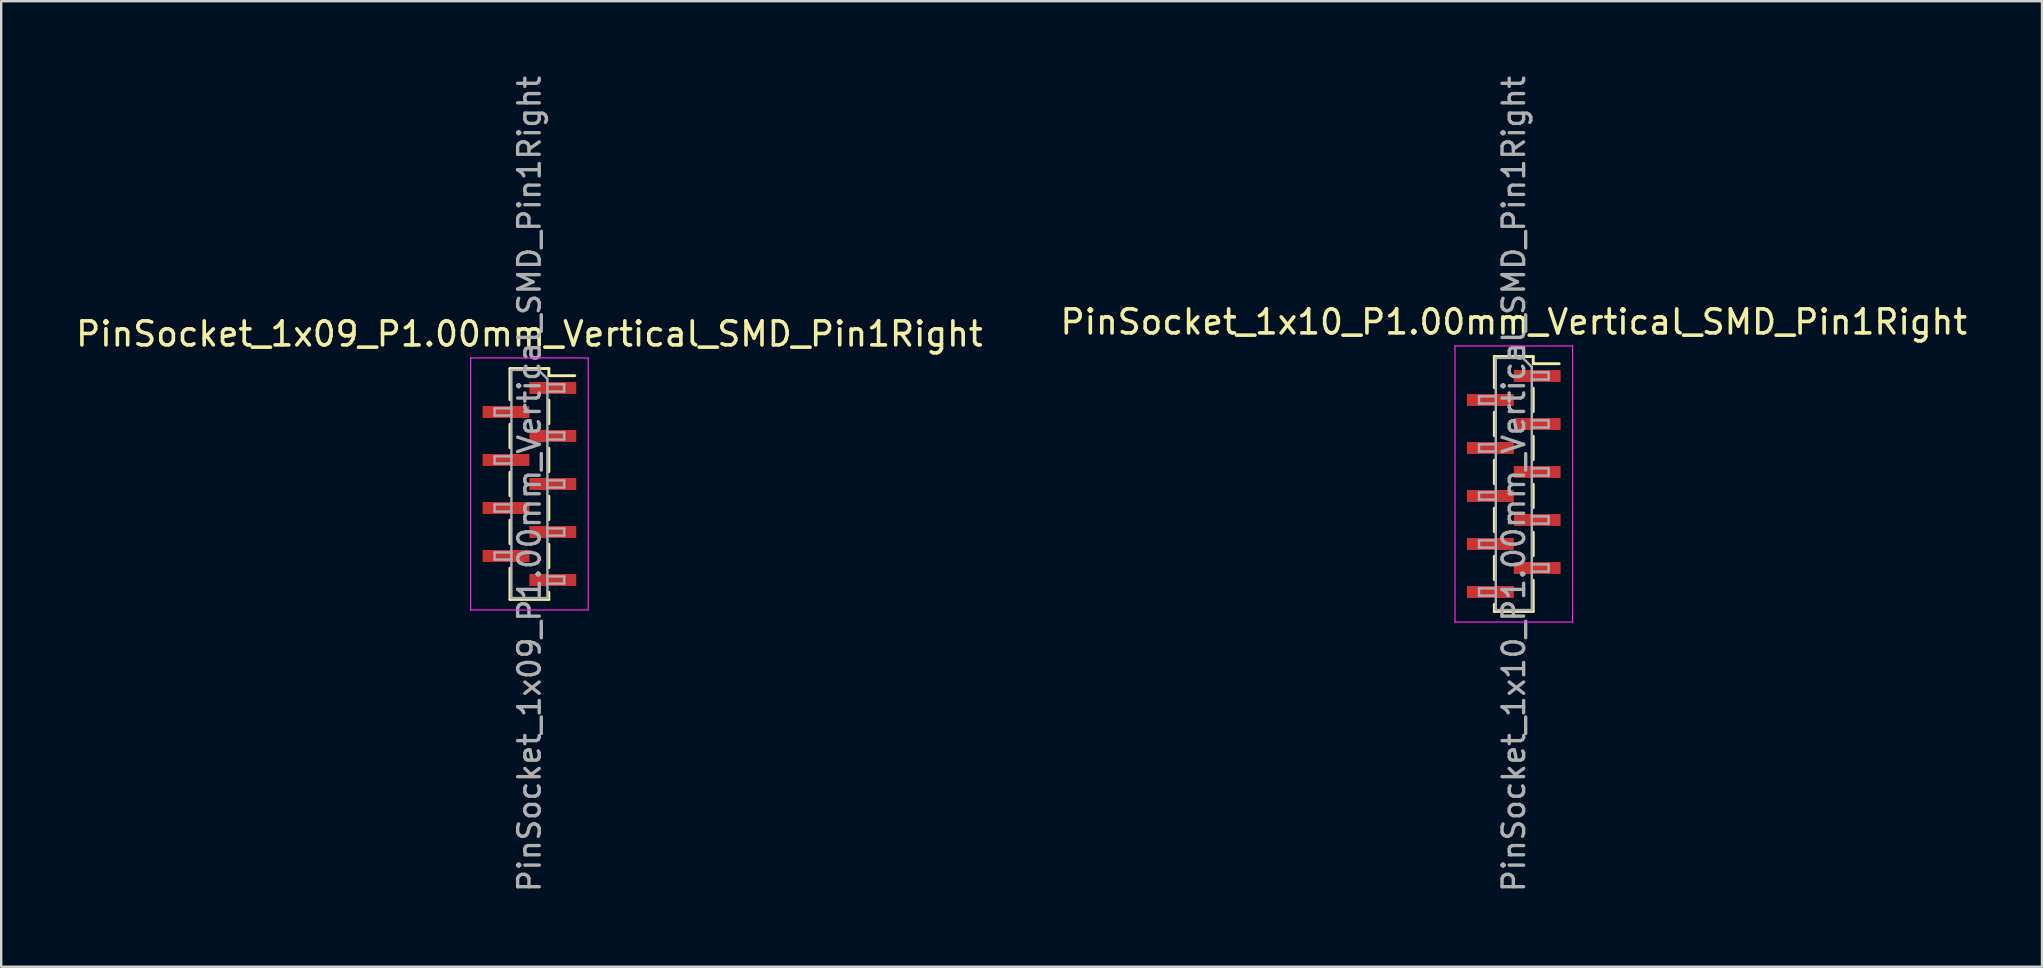
<source format=kicad_pcb>
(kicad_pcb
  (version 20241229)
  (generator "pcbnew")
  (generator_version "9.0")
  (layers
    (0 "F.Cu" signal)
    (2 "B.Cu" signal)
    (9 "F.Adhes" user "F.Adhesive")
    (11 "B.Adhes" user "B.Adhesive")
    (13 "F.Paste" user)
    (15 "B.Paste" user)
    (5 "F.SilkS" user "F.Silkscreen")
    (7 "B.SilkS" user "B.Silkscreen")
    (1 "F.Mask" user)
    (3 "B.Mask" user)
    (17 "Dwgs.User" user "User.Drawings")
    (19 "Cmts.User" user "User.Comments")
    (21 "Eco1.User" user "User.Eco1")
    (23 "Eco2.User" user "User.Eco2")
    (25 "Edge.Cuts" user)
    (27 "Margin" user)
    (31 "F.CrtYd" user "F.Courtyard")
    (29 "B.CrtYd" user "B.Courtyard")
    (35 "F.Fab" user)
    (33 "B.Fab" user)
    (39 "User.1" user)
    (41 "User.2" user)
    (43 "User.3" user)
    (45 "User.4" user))
  (footprint "PinSocket_1x10_P1.00mm_Vertical_SMD_Pin1Right"
    (layer "F.Cu")
    (at 60.018 17.113)
    (property "Reference" "PinSocket_1x10_P1.00mm_Vertical_SMD_Pin1Right" (at 0 -6.75 0) (layer "F.SilkS") (effects (font (size 1 1) (thickness 0.15))))
    (attr smd)
    (fp_line (start -0.81 -5.31) (end -0.81 -4.01) (stroke (width 0.12) (type solid)) (layer "F.SilkS"))
    (fp_line (start -0.81 -5.31) (end 0.81 -5.31) (stroke (width 0.12) (type solid)) (layer "F.SilkS"))
    (fp_line (start -0.81 -2.99) (end -0.81 -2.01) (stroke (width 0.12) (type solid)) (layer "F.SilkS"))
    (fp_line (start -0.81 -0.99) (end -0.81 -0.01) (stroke (width 0.12) (type solid)) (layer "F.SilkS"))
    (fp_line (start -0.81 1.01) (end -0.81 1.99) (stroke (width 0.12) (type solid)) (layer "F.SilkS"))
    (fp_line (start -0.81 3.01) (end -0.81 3.99) (stroke (width 0.12) (type solid)) (layer "F.SilkS"))
    (fp_line (start -0.81 5.01) (end -0.81 5.31) (stroke (width 0.12) (type solid)) (layer "F.SilkS"))
    (fp_line (start -0.81 5.31) (end 0.81 5.31) (stroke (width 0.12) (type solid)) (layer "F.SilkS"))
    (fp_line (start 0.81 -5.31) (end 0.81 -5.01) (stroke (width 0.12) (type solid)) (layer "F.SilkS"))
    (fp_line (start 0.81 -5.01) (end 1.89 -5.01) (stroke (width 0.12) (type solid)) (layer "F.SilkS"))
    (fp_line (start 0.81 -3.99) (end 0.81 -3.01) (stroke (width 0.12) (type solid)) (layer "F.SilkS"))
    (fp_line (start 0.81 -1.99) (end 0.81 -1.01) (stroke (width 0.12) (type solid)) (layer "F.SilkS"))
    (fp_line (start 0.81 0.01) (end 0.81 0.99) (stroke (width 0.12) (type solid)) (layer "F.SilkS"))
    (fp_line (start 0.81 2.01) (end 0.81 2.99) (stroke (width 0.12) (type solid)) (layer "F.SilkS"))
    (fp_line (start 0.81 4.01) (end 0.81 5.31) (stroke (width 0.12) (type solid)) (layer "F.SilkS"))
    (fp_line (start -2.45 -5.75) (end 2.45 -5.75) (stroke (width 0.05) (type solid)) (layer "F.CrtYd"))
    (fp_line (start -2.45 5.75) (end -2.45 -5.75) (stroke (width 0.05) (type solid)) (layer "F.CrtYd"))
    (fp_line (start 2.45 -5.75) (end 2.45 5.75) (stroke (width 0.05) (type solid)) (layer "F.CrtYd"))
    (fp_line (start 2.45 5.75) (end -2.45 5.75) (stroke (width 0.05) (type solid)) (layer "F.CrtYd"))
    (fp_line (start -1.45 -3.65) (end -0.75 -3.65) (stroke (width 0.1) (type solid)) (layer "F.Fab"))
    (fp_line (start -1.45 -3.35) (end -1.45 -3.65) (stroke (width 0.1) (type solid)) (layer "F.Fab"))
    (fp_line (start -1.45 -1.65) (end -0.75 -1.65) (stroke (width 0.1) (type solid)) (layer "F.Fab"))
    (fp_line (start -1.45 -1.35) (end -1.45 -1.65) (stroke (width 0.1) (type solid)) (layer "F.Fab"))
    (fp_line (start -1.45 0.35) (end -0.75 0.35) (stroke (width 0.1) (type solid)) (layer "F.Fab"))
    (fp_line (start -1.45 0.65) (end -1.45 0.35) (stroke (width 0.1) (type solid)) (layer "F.Fab"))
    (fp_line (start -1.45 2.35) (end -0.75 2.35) (stroke (width 0.1) (type solid)) (layer "F.Fab"))
    (fp_line (start -1.45 2.65) (end -1.45 2.35) (stroke (width 0.1) (type solid)) (layer "F.Fab"))
    (fp_line (start -1.45 4.35) (end -0.75 4.35) (stroke (width 0.1) (type solid)) (layer "F.Fab"))
    (fp_line (start -1.45 4.65) (end -1.45 4.35) (stroke (width 0.1) (type solid)) (layer "F.Fab"))
    (fp_line (start -0.75 -5.25) (end 0.375 -5.25) (stroke (width 0.1) (type solid)) (layer "F.Fab"))
    (fp_line (start -0.75 -3.35) (end -1.45 -3.35) (stroke (width 0.1) (type solid)) (layer "F.Fab"))
    (fp_line (start -0.75 -1.35) (end -1.45 -1.35) (stroke (width 0.1) (type solid)) (layer "F.Fab"))
    (fp_line (start -0.75 0.65) (end -1.45 0.65) (stroke (width 0.1) (type solid)) (layer "F.Fab"))
    (fp_line (start -0.75 2.65) (end -1.45 2.65) (stroke (width 0.1) (type solid)) (layer "F.Fab"))
    (fp_line (start -0.75 4.65) (end -1.45 4.65) (stroke (width 0.1) (type solid)) (layer "F.Fab"))
    (fp_line (start -0.75 5.25) (end -0.75 -5.25) (stroke (width 0.1) (type solid)) (layer "F.Fab"))
    (fp_line (start 0.375 -5.25) (end 0.75 -4.875) (stroke (width 0.1) (type solid)) (layer "F.Fab"))
    (fp_line (start 0.75 -4.875) (end 0.75 5.25) (stroke (width 0.1) (type solid)) (layer "F.Fab"))
    (fp_line (start 0.75 -4.65) (end 1.45 -4.65) (stroke (width 0.1) (type solid)) (layer "F.Fab"))
    (fp_line (start 0.75 -2.65) (end 1.45 -2.65) (stroke (width 0.1) (type solid)) (layer "F.Fab"))
    (fp_line (start 0.75 -0.65) (end 1.45 -0.65) (stroke (width 0.1) (type solid)) (layer "F.Fab"))
    (fp_line (start 0.75 1.35) (end 1.45 1.35) (stroke (width 0.1) (type solid)) (layer "F.Fab"))
    (fp_line (start 0.75 3.35) (end 1.45 3.35) (stroke (width 0.1) (type solid)) (layer "F.Fab"))
    (fp_line (start 0.75 5.25) (end -0.75 5.25) (stroke (width 0.1) (type solid)) (layer "F.Fab"))
    (fp_line (start 1.45 -4.65) (end 1.45 -4.35) (stroke (width 0.1) (type solid)) (layer "F.Fab"))
    (fp_line (start 1.45 -4.35) (end 0.75 -4.35) (stroke (width 0.1) (type solid)) (layer "F.Fab"))
    (fp_line (start 1.45 -2.65) (end 1.45 -2.35) (stroke (width 0.1) (type solid)) (layer "F.Fab"))
    (fp_line (start 1.45 -2.35) (end 0.75 -2.35) (stroke (width 0.1) (type solid)) (layer "F.Fab"))
    (fp_line (start 1.45 -0.65) (end 1.45 -0.35) (stroke (width 0.1) (type solid)) (layer "F.Fab"))
    (fp_line (start 1.45 -0.35) (end 0.75 -0.35) (stroke (width 0.1) (type solid)) (layer "F.Fab"))
    (fp_line (start 1.45 1.35) (end 1.45 1.65) (stroke (width 0.1) (type solid)) (layer "F.Fab"))
    (fp_line (start 1.45 1.65) (end 0.75 1.65) (stroke (width 0.1) (type solid)) (layer "F.Fab"))
    (fp_line (start 1.45 3.35) (end 1.45 3.65) (stroke (width 0.1) (type solid)) (layer "F.Fab"))
    (fp_line (start 1.45 3.65) (end 0.75 3.65) (stroke (width 0.1) (type solid)) (layer "F.Fab"))
    (fp_text user "${REFERENCE}" (at 0 0 90) (layer "F.Fab") (effects (font (size 0.9 0.9) (thickness 0.14))))
    (pad "1" smd rect (at 0.975 -4.5) (size 1.95 0.5) (layers "F.Cu" "F.Mask" "F.Paste"))
    (pad "2" smd rect (at -0.975 -3.5) (size 1.95 0.5) (layers "F.Cu" "F.Mask" "F.Paste"))
    (pad "3" smd rect (at 0.975 -2.5) (size 1.95 0.5) (layers "F.Cu" "F.Mask" "F.Paste"))
    (pad "4" smd rect (at -0.975 -1.5) (size 1.95 0.5) (layers "F.Cu" "F.Mask" "F.Paste"))
    (pad "5" smd rect (at 0.975 -0.5) (size 1.95 0.5) (layers "F.Cu" "F.Mask" "F.Paste"))
    (pad "6" smd rect (at -0.975 0.5) (size 1.95 0.5) (layers "F.Cu" "F.Mask" "F.Paste"))
    (pad "7" smd rect (at 0.975 1.5) (size 1.95 0.5) (layers "F.Cu" "F.Mask" "F.Paste"))
    (pad "8" smd rect (at -0.975 2.5) (size 1.95 0.5) (layers "F.Cu" "F.Mask" "F.Paste"))
    (pad "9" smd rect (at 0.975 3.5) (size 1.95 0.5) (layers "F.Cu" "F.Mask" "F.Paste"))
    (pad "10" smd rect (at -0.975 4.5) (size 1.95 0.5) (layers "F.Cu" "F.Mask" "F.Paste")))
  (footprint "PinSocket_1x09_P1.00mm_Vertical_SMD_Pin1Right"
    (layer "F.Cu")
    (at 19.006 17.113)
    (property "Reference" "PinSocket_1x09_P1.00mm_Vertical_SMD_Pin1Right" (at 0 -6.25 0) (layer "F.SilkS") (effects (font (size 1 1) (thickness 0.15))))
    (attr smd)
    (fp_line (start -0.81 -4.81) (end -0.81 -3.51) (stroke (width 0.12) (type solid)) (layer "F.SilkS"))
    (fp_line (start -0.81 -4.81) (end 0.81 -4.81) (stroke (width 0.12) (type solid)) (layer "F.SilkS"))
    (fp_line (start -0.81 -2.49) (end -0.81 -1.51) (stroke (width 0.12) (type solid)) (layer "F.SilkS"))
    (fp_line (start -0.81 -0.49) (end -0.81 0.49) (stroke (width 0.12) (type solid)) (layer "F.SilkS"))
    (fp_line (start -0.81 1.51) (end -0.81 2.49) (stroke (width 0.12) (type solid)) (layer "F.SilkS"))
    (fp_line (start -0.81 3.51) (end -0.81 4.81) (stroke (width 0.12) (type solid)) (layer "F.SilkS"))
    (fp_line (start -0.81 4.81) (end 0.81 4.81) (stroke (width 0.12) (type solid)) (layer "F.SilkS"))
    (fp_line (start 0.81 -4.81) (end 0.81 -4.51) (stroke (width 0.12) (type solid)) (layer "F.SilkS"))
    (fp_line (start 0.81 -4.51) (end 1.89 -4.51) (stroke (width 0.12) (type solid)) (layer "F.SilkS"))
    (fp_line (start 0.81 -3.49) (end 0.81 -2.51) (stroke (width 0.12) (type solid)) (layer "F.SilkS"))
    (fp_line (start 0.81 -1.49) (end 0.81 -0.51) (stroke (width 0.12) (type solid)) (layer "F.SilkS"))
    (fp_line (start 0.81 0.51) (end 0.81 1.49) (stroke (width 0.12) (type solid)) (layer "F.SilkS"))
    (fp_line (start 0.81 2.51) (end 0.81 3.49) (stroke (width 0.12) (type solid)) (layer "F.SilkS"))
    (fp_line (start 0.81 4.51) (end 0.81 4.81) (stroke (width 0.12) (type solid)) (layer "F.SilkS"))
    (fp_line (start -2.45 -5.25) (end 2.45 -5.25) (stroke (width 0.05) (type solid)) (layer "F.CrtYd"))
    (fp_line (start -2.45 5.25) (end -2.45 -5.25) (stroke (width 0.05) (type solid)) (layer "F.CrtYd"))
    (fp_line (start 2.45 -5.25) (end 2.45 5.25) (stroke (width 0.05) (type solid)) (layer "F.CrtYd"))
    (fp_line (start 2.45 5.25) (end -2.45 5.25) (stroke (width 0.05) (type solid)) (layer "F.CrtYd"))
    (fp_line (start -1.45 -3.15) (end -0.75 -3.15) (stroke (width 0.1) (type solid)) (layer "F.Fab"))
    (fp_line (start -1.45 -2.85) (end -1.45 -3.15) (stroke (width 0.1) (type solid)) (layer "F.Fab"))
    (fp_line (start -1.45 -1.15) (end -0.75 -1.15) (stroke (width 0.1) (type solid)) (layer "F.Fab"))
    (fp_line (start -1.45 -0.85) (end -1.45 -1.15) (stroke (width 0.1) (type solid)) (layer "F.Fab"))
    (fp_line (start -1.45 0.85) (end -0.75 0.85) (stroke (width 0.1) (type solid)) (layer "F.Fab"))
    (fp_line (start -1.45 1.15) (end -1.45 0.85) (stroke (width 0.1) (type solid)) (layer "F.Fab"))
    (fp_line (start -1.45 2.85) (end -0.75 2.85) (stroke (width 0.1) (type solid)) (layer "F.Fab"))
    (fp_line (start -1.45 3.15) (end -1.45 2.85) (stroke (width 0.1) (type solid)) (layer "F.Fab"))
    (fp_line (start -0.75 -4.75) (end 0.375 -4.75) (stroke (width 0.1) (type solid)) (layer "F.Fab"))
    (fp_line (start -0.75 -2.85) (end -1.45 -2.85) (stroke (width 0.1) (type solid)) (layer "F.Fab"))
    (fp_line (start -0.75 -0.85) (end -1.45 -0.85) (stroke (width 0.1) (type solid)) (layer "F.Fab"))
    (fp_line (start -0.75 1.15) (end -1.45 1.15) (stroke (width 0.1) (type solid)) (layer "F.Fab"))
    (fp_line (start -0.75 3.15) (end -1.45 3.15) (stroke (width 0.1) (type solid)) (layer "F.Fab"))
    (fp_line (start -0.75 4.75) (end -0.75 -4.75) (stroke (width 0.1) (type solid)) (layer "F.Fab"))
    (fp_line (start 0.375 -4.75) (end 0.75 -4.375) (stroke (width 0.1) (type solid)) (layer "F.Fab"))
    (fp_line (start 0.75 -4.375) (end 0.75 4.75) (stroke (width 0.1) (type solid)) (layer "F.Fab"))
    (fp_line (start 0.75 -4.15) (end 1.45 -4.15) (stroke (width 0.1) (type solid)) (layer "F.Fab"))
    (fp_line (start 0.75 -2.15) (end 1.45 -2.15) (stroke (width 0.1) (type solid)) (layer "F.Fab"))
    (fp_line (start 0.75 -0.15) (end 1.45 -0.15) (stroke (width 0.1) (type solid)) (layer "F.Fab"))
    (fp_line (start 0.75 1.85) (end 1.45 1.85) (stroke (width 0.1) (type solid)) (layer "F.Fab"))
    (fp_line (start 0.75 3.85) (end 1.45 3.85) (stroke (width 0.1) (type solid)) (layer "F.Fab"))
    (fp_line (start 0.75 4.75) (end -0.75 4.75) (stroke (width 0.1) (type solid)) (layer "F.Fab"))
    (fp_line (start 1.45 -4.15) (end 1.45 -3.85) (stroke (width 0.1) (type solid)) (layer "F.Fab"))
    (fp_line (start 1.45 -3.85) (end 0.75 -3.85) (stroke (width 0.1) (type solid)) (layer "F.Fab"))
    (fp_line (start 1.45 -2.15) (end 1.45 -1.85) (stroke (width 0.1) (type solid)) (layer "F.Fab"))
    (fp_line (start 1.45 -1.85) (end 0.75 -1.85) (stroke (width 0.1) (type solid)) (layer "F.Fab"))
    (fp_line (start 1.45 -0.15) (end 1.45 0.15) (stroke (width 0.1) (type solid)) (layer "F.Fab"))
    (fp_line (start 1.45 0.15) (end 0.75 0.15) (stroke (width 0.1) (type solid)) (layer "F.Fab"))
    (fp_line (start 1.45 1.85) (end 1.45 2.15) (stroke (width 0.1) (type solid)) (layer "F.Fab"))
    (fp_line (start 1.45 2.15) (end 0.75 2.15) (stroke (width 0.1) (type solid)) (layer "F.Fab"))
    (fp_line (start 1.45 3.85) (end 1.45 4.15) (stroke (width 0.1) (type solid)) (layer "F.Fab"))
    (fp_line (start 1.45 4.15) (end 0.75 4.15) (stroke (width 0.1) (type solid)) (layer "F.Fab"))
    (fp_text user "${REFERENCE}" (at 0 0 90) (layer "F.Fab") (effects (font (size 0.9 0.9) (thickness 0.14))))
    (pad "1" smd rect (at 0.975 -4) (size 1.95 0.5) (layers "F.Cu" "F.Mask" "F.Paste"))
    (pad "2" smd rect (at -0.975 -3) (size 1.95 0.5) (layers "F.Cu" "F.Mask" "F.Paste"))
    (pad "3" smd rect (at 0.975 -2) (size 1.95 0.5) (layers "F.Cu" "F.Mask" "F.Paste"))
    (pad "4" smd rect (at -0.975 -1) (size 1.95 0.5) (layers "F.Cu" "F.Mask" "F.Paste"))
    (pad "5" smd rect (at 0.975 0) (size 1.95 0.5) (layers "F.Cu" "F.Mask" "F.Paste"))
    (pad "6" smd rect (at -0.975 1) (size 1.95 0.5) (layers "F.Cu" "F.Mask" "F.Paste"))
    (pad "7" smd rect (at 0.975 2) (size 1.95 0.5) (layers "F.Cu" "F.Mask" "F.Paste"))
    (pad "8" smd rect (at -0.975 3) (size 1.95 0.5) (layers "F.Cu" "F.Mask" "F.Paste"))
    (pad "9" smd rect (at 0.975 4) (size 1.95 0.5) (layers "F.Cu" "F.Mask" "F.Paste")))
  (gr_rect
    (start -3 -3)
    (end 82.024 37.226)
    (stroke (width 0.1) (type default))
    (fill no)
    (layer "Edge.Cuts")))
</source>
